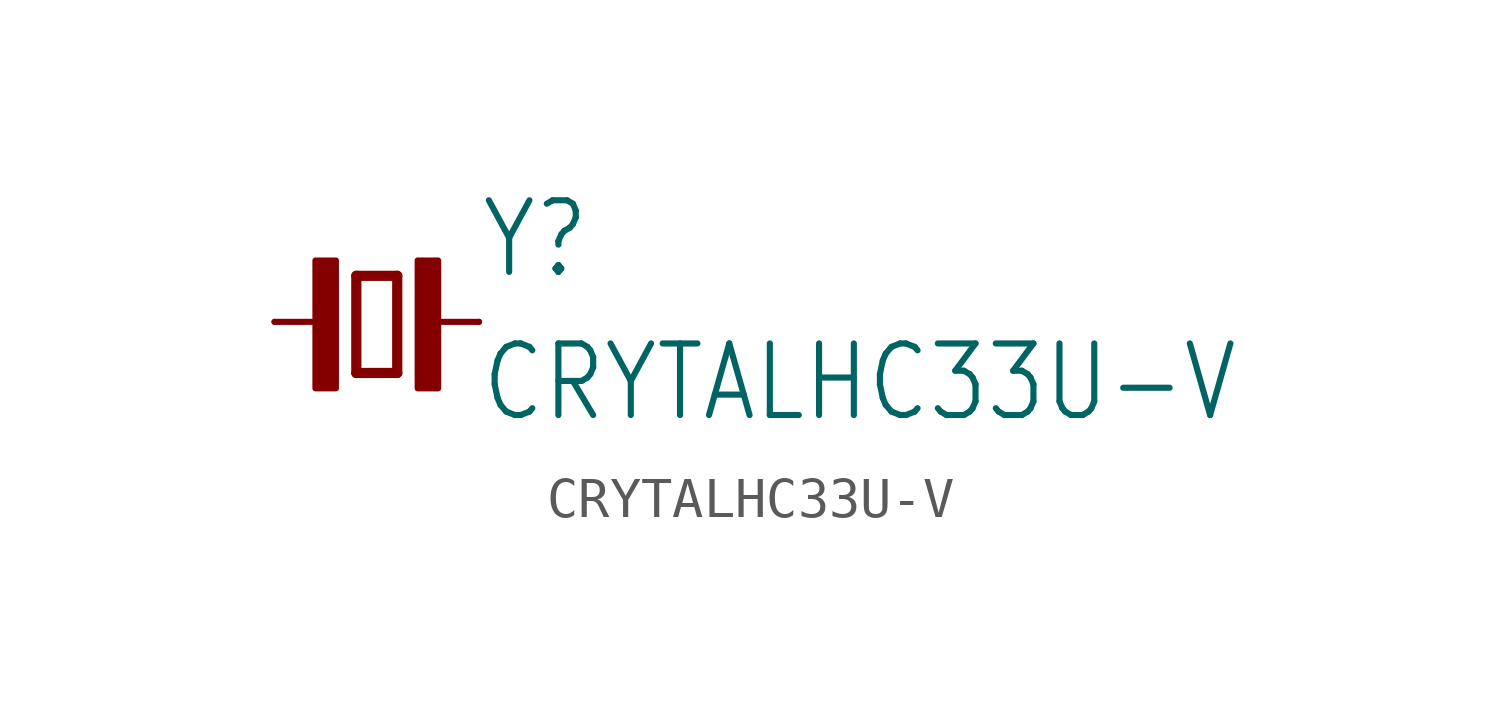
<source format=kicad_sym>
(kicad_symbol_lib
  (version 20211014)
  (generator kicad_symbol_editor)
  (symbol "CRYTALHC33U-V"
    (property "Reference" "Y"
      (at 2.54 1.016 0)
      (effects (font (size 1.778 1.511)) (justify left bottom)))
    (property "Value" "CRYTALHC33U-V"
      (at 2.54 -2.54 0)
      (effects (font (size 1.778 1.511)) (justify left bottom)))
    (property "ki_locked" ""
      (at 0 0 0)
      (effects (font (size 1.27 1.27))))
    (symbol "CRYTALHC33U-V_1_0"
      (rectangle (start -1.524 -1.651) (end -1.016 1.524) (stroke (width 0) (type default) (color 0 0 0 0)) (fill (type outline)))
      (polyline (pts (xy -2.54 0) (xy -1.143 0)) (stroke (width 0.152) (type default) (color 0 0 0 0)) (fill (type none)))
      (polyline (pts (xy -0.508 -1.27) (xy 0.508 -1.27)) (stroke (width 0.254) (type default) (color 0 0 0 0)) (fill (type none)))
      (polyline (pts (xy -0.508 1.143) (xy -0.508 -1.27)) (stroke (width 0.254) (type default) (color 0 0 0 0)) (fill (type none)))
      (polyline (pts (xy 0.508 -1.27) (xy 0.508 1.143)) (stroke (width 0.254) (type default) (color 0 0 0 0)) (fill (type none)))
      (polyline (pts (xy 0.508 1.143) (xy -0.508 1.143)) (stroke (width 0.254) (type default) (color 0 0 0 0)) (fill (type none)))
      (polyline (pts (xy 1.143 0) (xy 2.54 0)) (stroke (width 0.152) (type default) (color 0 0 0 0)) (fill (type none)))
      (rectangle (start 1.016 -1.651) (end 1.524 1.524) (stroke (width 0) (type default) (color 0 0 0 0)) (fill (type outline)))
      (pin passive line (at -2.54 0 0) (length 0) (name "1" (effects (font (size 0 0)))) (number "1" (effects (font (size 0 0)))))
      (pin passive line (at 2.54 0 180) (length 0) (name "2" (effects (font (size 0 0)))) (number "2" (effects (font (size 0 0))))))))
</source>
